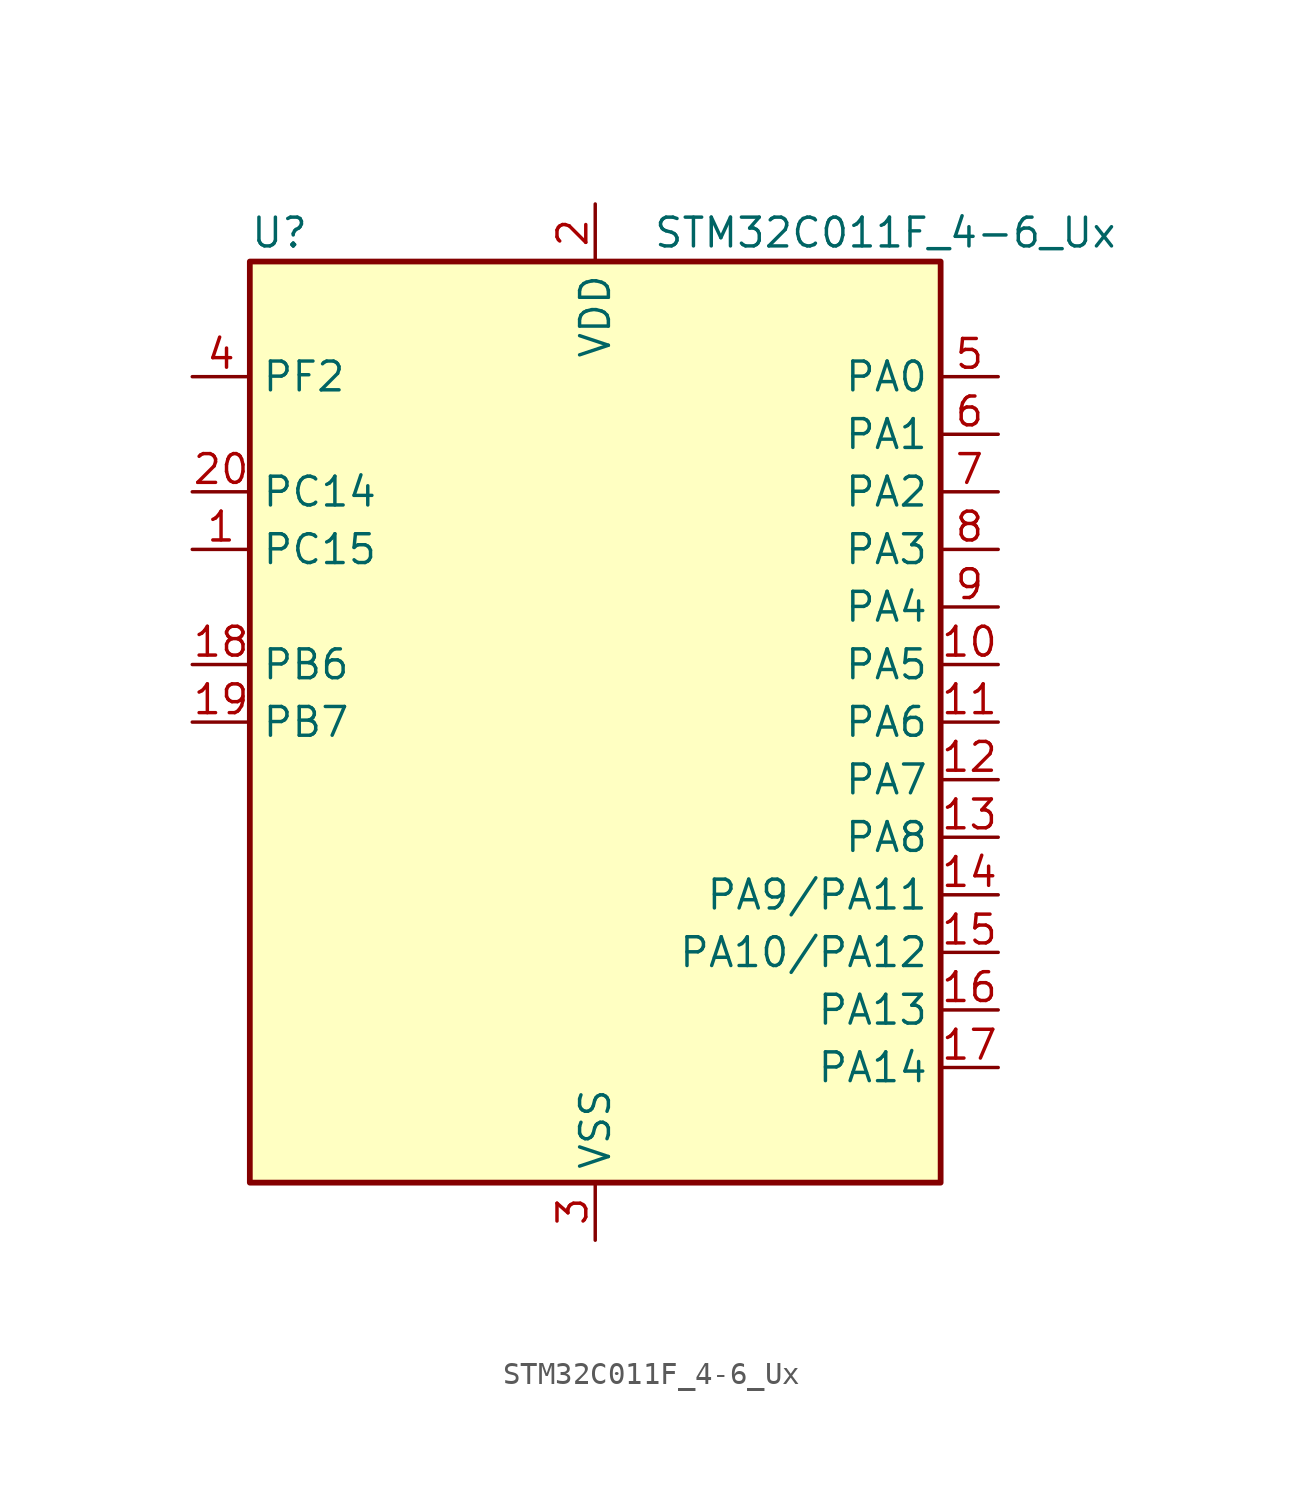
<source format=kicad_sym>
(kicad_symbol_lib
  (version 20241209)
  (generator "kicad_symbol_editor")
  (generator_version "9.0")
  (symbol "STM32C011F_4-6_Ux"
    (property "Reference" "U"
      (at -15.24 21.59 0)
      (effects (font (size 1.27 1.27)) (justify left)))
    (property "Value" "STM32C011F_4-6_Ux"
      (at 2.54 21.59 0)
      (effects (font (size 1.27 1.27)) (justify left)))
    (symbol "STM32C011F_4-6_Ux_0_1"
      (rectangle (start -15.24 -20.32) (end 15.24 20.32) (stroke (width 0.254) (type default)) (fill (type background))))
    (symbol "STM32C011F_4-6_Ux_1_1"
      (pin bidirectional line (at -17.78 15.24 0) (length 2.54) (name "PF2" (effects (font (size 1.27 1.27)))) (number "4" (effects (font (size 1.27 1.27)))) (alternate "RCC_MCO" bidirectional line) (alternate "TIM1_CH4" bidirectional line))
      (pin bidirectional line (at -17.78 10.16 0) (length 2.54) (name "PC14" (effects (font (size 1.27 1.27)))) (number "20" (effects (font (size 1.27 1.27)))) (alternate "I2C1_SDA" bidirectional line) (alternate "IR_OUT" bidirectional line) (alternate "RCC_OSCX_IN" bidirectional line) (alternate "TIM17_CH1" bidirectional line) (alternate "TIM1_BKIN2" bidirectional line) (alternate "TIM1_ETR" bidirectional line) (alternate "TIM3_CH2" bidirectional line) (alternate "USART1_TX" bidirectional line) (alternate "USART2_CK" bidirectional line) (alternate "USART2_DE" bidirectional line) (alternate "USART2_RTS" bidirectional line))
      (pin bidirectional line (at -17.78 7.62 0) (length 2.54) (name "PC15" (effects (font (size 1.27 1.27)))) (number "1" (effects (font (size 1.27 1.27)))) (alternate "RCC_OSC32_EN" bidirectional line) (alternate "RCC_OSCX_OUT" bidirectional line) (alternate "RCC_OSC_EN" bidirectional line) (alternate "TIM1_ETR" bidirectional line) (alternate "TIM3_CH3" bidirectional line))
      (pin bidirectional line (at -17.78 2.54 0) (length 2.54) (name "PB6" (effects (font (size 1.27 1.27)))) (number "18" (effects (font (size 1.27 1.27)))) (alternate "I2C1_SCL" bidirectional line) (alternate "I2C1_SMBA" bidirectional line) (alternate "I2S1_CK" bidirectional line) (alternate "I2S1_MCK" bidirectional line) (alternate "I2S1_SD" bidirectional line) (alternate "PWR_WKUP3" bidirectional line) (alternate "SPI1_MISO" bidirectional line) (alternate "SPI1_MOSI" bidirectional line) (alternate "SPI1_SCK" bidirectional line) (alternate "TIM16_BKIN" bidirectional line) (alternate "TIM16_CH1N" bidirectional line) (alternate "TIM17_BKIN" bidirectional line) (alternate "TIM1_CH2" bidirectional line) (alternate "TIM1_CH3" bidirectional line) (alternate "TIM3_CH1" bidirectional line) (alternate "TIM3_CH2" bidirectional line) (alternate "TIM3_CH3" bidirectional line) (alternate "USART1_CK" bidirectional line) (alternate "USART1_CTS" bidirectional line) (alternate "USART1_DE" bidirectional line) (alternate "USART1_NSS" bidirectional line) (alternate "USART1_RTS" bidirectional line) (alternate "USART1_TX" bidirectional line))
      (pin bidirectional line (at -17.78 0 0) (length 2.54) (name "PB7" (effects (font (size 1.27 1.27)))) (number "19" (effects (font (size 1.27 1.27)))) (alternate "I2C1_SCL" bidirectional line) (alternate "I2C1_SDA" bidirectional line) (alternate "RTC_REFIN" bidirectional line) (alternate "TIM16_CH1" bidirectional line) (alternate "TIM17_CH1N" bidirectional line) (alternate "TIM1_CH4" bidirectional line) (alternate "TIM3_CH1" bidirectional line) (alternate "TIM3_CH4" bidirectional line) (alternate "USART1_RX" bidirectional line) (alternate "USART2_CTS" bidirectional line) (alternate "USART2_NSS" bidirectional line))
      (pin power_in line (at 0 22.86 270) (length 2.54) (name "VDD" (effects (font (size 1.27 1.27)))) (number "2" (effects (font (size 1.27 1.27)))))
      (pin power_in line (at 0 -22.86 90) (length 2.54) (name "VSS" (effects (font (size 1.27 1.27)))) (number "3" (effects (font (size 1.27 1.27)))))
      (pin bidirectional line (at 17.78 15.24 180) (length 2.54) (name "PA0" (effects (font (size 1.27 1.27)))) (number "5" (effects (font (size 1.27 1.27)))) (alternate "ADC1_IN0" bidirectional line) (alternate "PWR_WKUP1" bidirectional line) (alternate "TIM16_CH1" bidirectional line) (alternate "TIM1_CH1" bidirectional line) (alternate "USART1_TX" bidirectional line) (alternate "USART2_CTS" bidirectional line) (alternate "USART2_NSS" bidirectional line))
      (pin bidirectional line (at 17.78 12.7 180) (length 2.54) (name "PA1" (effects (font (size 1.27 1.27)))) (number "6" (effects (font (size 1.27 1.27)))) (alternate "ADC1_IN1" bidirectional line) (alternate "I2C1_SMBA" bidirectional line) (alternate "I2S1_CK" bidirectional line) (alternate "SPI1_SCK" bidirectional line) (alternate "TIM17_CH1" bidirectional line) (alternate "TIM1_CH2" bidirectional line) (alternate "USART1_RX" bidirectional line) (alternate "USART2_CK" bidirectional line) (alternate "USART2_DE" bidirectional line) (alternate "USART2_RTS" bidirectional line))
      (pin bidirectional line (at 17.78 10.16 180) (length 2.54) (name "PA2" (effects (font (size 1.27 1.27)))) (number "7" (effects (font (size 1.27 1.27)))) (alternate "ADC1_IN2" bidirectional line) (alternate "I2S1_SD" bidirectional line) (alternate "PWR_WKUP4" bidirectional line) (alternate "RCC_LSCO" bidirectional line) (alternate "SPI1_MOSI" bidirectional line) (alternate "TIM16_CH1N" bidirectional line) (alternate "TIM1_CH3" bidirectional line) (alternate "TIM3_ETR" bidirectional line) (alternate "USART2_TX" bidirectional line))
      (pin bidirectional line (at 17.78 7.62 180) (length 2.54) (name "PA3" (effects (font (size 1.27 1.27)))) (number "8" (effects (font (size 1.27 1.27)))) (alternate "ADC1_IN3" bidirectional line) (alternate "TIM1_CH1N" bidirectional line) (alternate "TIM1_CH4" bidirectional line) (alternate "USART2_RX" bidirectional line))
      (pin bidirectional line (at 17.78 5.08 180) (length 2.54) (name "PA4" (effects (font (size 1.27 1.27)))) (number "9" (effects (font (size 1.27 1.27)))) (alternate "ADC1_IN4" bidirectional line) (alternate "I2S1_WS" bidirectional line) (alternate "PWR_WKUP2" bidirectional line) (alternate "RTC_OUT1" bidirectional line) (alternate "RTC_TS" bidirectional line) (alternate "SPI1_NSS" bidirectional line) (alternate "TIM14_CH1" bidirectional line) (alternate "TIM17_CH1N" bidirectional line) (alternate "TIM1_CH2N" bidirectional line) (alternate "USART2_TX" bidirectional line))
      (pin bidirectional line (at 17.78 2.54 180) (length 2.54) (name "PA5" (effects (font (size 1.27 1.27)))) (number "10" (effects (font (size 1.27 1.27)))) (alternate "ADC1_IN5" bidirectional line) (alternate "I2S1_CK" bidirectional line) (alternate "SPI1_SCK" bidirectional line) (alternate "TIM1_CH1" bidirectional line) (alternate "TIM1_CH3N" bidirectional line) (alternate "USART2_RX" bidirectional line))
      (pin bidirectional line (at 17.78 0 180) (length 2.54) (name "PA6" (effects (font (size 1.27 1.27)))) (number "11" (effects (font (size 1.27 1.27)))) (alternate "ADC1_IN6" bidirectional line) (alternate "I2S1_MCK" bidirectional line) (alternate "SPI1_MISO" bidirectional line) (alternate "TIM16_CH1" bidirectional line) (alternate "TIM1_BKIN" bidirectional line) (alternate "TIM3_CH1" bidirectional line))
      (pin bidirectional line (at 17.78 -2.54 180) (length 2.54) (name "PA7" (effects (font (size 1.27 1.27)))) (number "12" (effects (font (size 1.27 1.27)))) (alternate "ADC1_IN7" bidirectional line) (alternate "I2S1_SD" bidirectional line) (alternate "SPI1_MOSI" bidirectional line) (alternate "TIM14_CH1" bidirectional line) (alternate "TIM17_CH1" bidirectional line) (alternate "TIM1_CH1N" bidirectional line) (alternate "TIM3_CH2" bidirectional line))
      (pin bidirectional line (at 17.78 -5.08 180) (length 2.54) (name "PA8" (effects (font (size 1.27 1.27)))) (number "13" (effects (font (size 1.27 1.27)))) (alternate "ADC1_IN8" bidirectional line) (alternate "I2S1_WS" bidirectional line) (alternate "RCC_MCO" bidirectional line) (alternate "RCC_MCO_2" bidirectional line) (alternate "SPI1_NSS" bidirectional line) (alternate "TIM14_CH1" bidirectional line) (alternate "TIM1_CH1" bidirectional line) (alternate "TIM1_CH2N" bidirectional line) (alternate "TIM1_CH3N" bidirectional line) (alternate "TIM3_CH3" bidirectional line) (alternate "TIM3_CH4" bidirectional line) (alternate "USART1_RX" bidirectional line) (alternate "USART2_TX" bidirectional line))
      (pin bidirectional line (at 17.78 -7.62 180) (length 2.54) (name "PA9/PA11" (effects (font (size 1.27 1.27)))) (number "14" (effects (font (size 1.27 1.27)))) (alternate "ADC1_EXTI11 (PA11)" bidirectional line) (alternate "ADC1_IN11 (PA11)" bidirectional line) (alternate "I2C1_SCL (PA9)" bidirectional line) (alternate "I2S1_MCK (PA11)" bidirectional line) (alternate "PA11" bidirectional line) (alternate "PA9" bidirectional line) (alternate "RCC_MCO (PA9)" bidirectional line) (alternate "SPI1_MISO (PA11)" bidirectional line) (alternate "TIM1_BKIN2 (PA11)" bidirectional line) (alternate "TIM1_CH2 (PA9)" bidirectional line) (alternate "TIM1_CH4 (PA11)" bidirectional line) (alternate "TIM3_ETR (PA9)" bidirectional line) (alternate "USART1_CTS (PA11)" bidirectional line) (alternate "USART1_NSS (PA11)" bidirectional line) (alternate "USART1_TX (PA9)" bidirectional line))
      (pin bidirectional line (at 17.78 -10.16 180) (length 2.54) (name "PA10/PA12" (effects (font (size 1.27 1.27)))) (number "15" (effects (font (size 1.27 1.27)))) (alternate "ADC1_IN12 (PA12)" bidirectional line) (alternate "I2C1_SDA (PA10)" bidirectional line) (alternate "I2S1_SD (PA12)" bidirectional line) (alternate "I2S_CKIN (PA12)" bidirectional line) (alternate "PA10" bidirectional line) (alternate "PA12" bidirectional line) (alternate "RCC_MCO_2 (PA10)" bidirectional line) (alternate "SPI1_MOSI (PA12)" bidirectional line) (alternate "TIM17_BKIN (PA10)" bidirectional line) (alternate "TIM1_CH3 (PA10)" bidirectional line) (alternate "TIM1_ETR (PA12)" bidirectional line) (alternate "USART1_CK (PA12)" bidirectional line) (alternate "USART1_DE (PA12)" bidirectional line) (alternate "USART1_RTS (PA12)" bidirectional line) (alternate "USART1_RX (PA10)" bidirectional line))
      (pin bidirectional line (at 17.78 -12.7 180) (length 2.54) (name "PA13" (effects (font (size 1.27 1.27)))) (number "16" (effects (font (size 1.27 1.27)))) (alternate "ADC1_IN13" bidirectional line) (alternate "DEBUG_SWDIO" bidirectional line) (alternate "IR_OUT" bidirectional line) (alternate "TIM3_ETR" bidirectional line) (alternate "USART2_RX" bidirectional line))
      (pin bidirectional line (at 17.78 -15.24 180) (length 2.54) (name "PA14" (effects (font (size 1.27 1.27)))) (number "17" (effects (font (size 1.27 1.27)))) (alternate "ADC1_IN14" bidirectional line) (alternate "DEBUG_SWCLK" bidirectional line) (alternate "I2S1_WS" bidirectional line) (alternate "RCC_MCO_2" bidirectional line) (alternate "SPI1_NSS" bidirectional line) (alternate "TIM1_CH1" bidirectional line) (alternate "USART1_CK" bidirectional line) (alternate "USART1_DE" bidirectional line) (alternate "USART1_RTS" bidirectional line) (alternate "USART2_RX" bidirectional line) (alternate "USART2_TX" bidirectional line)))))
</source>
